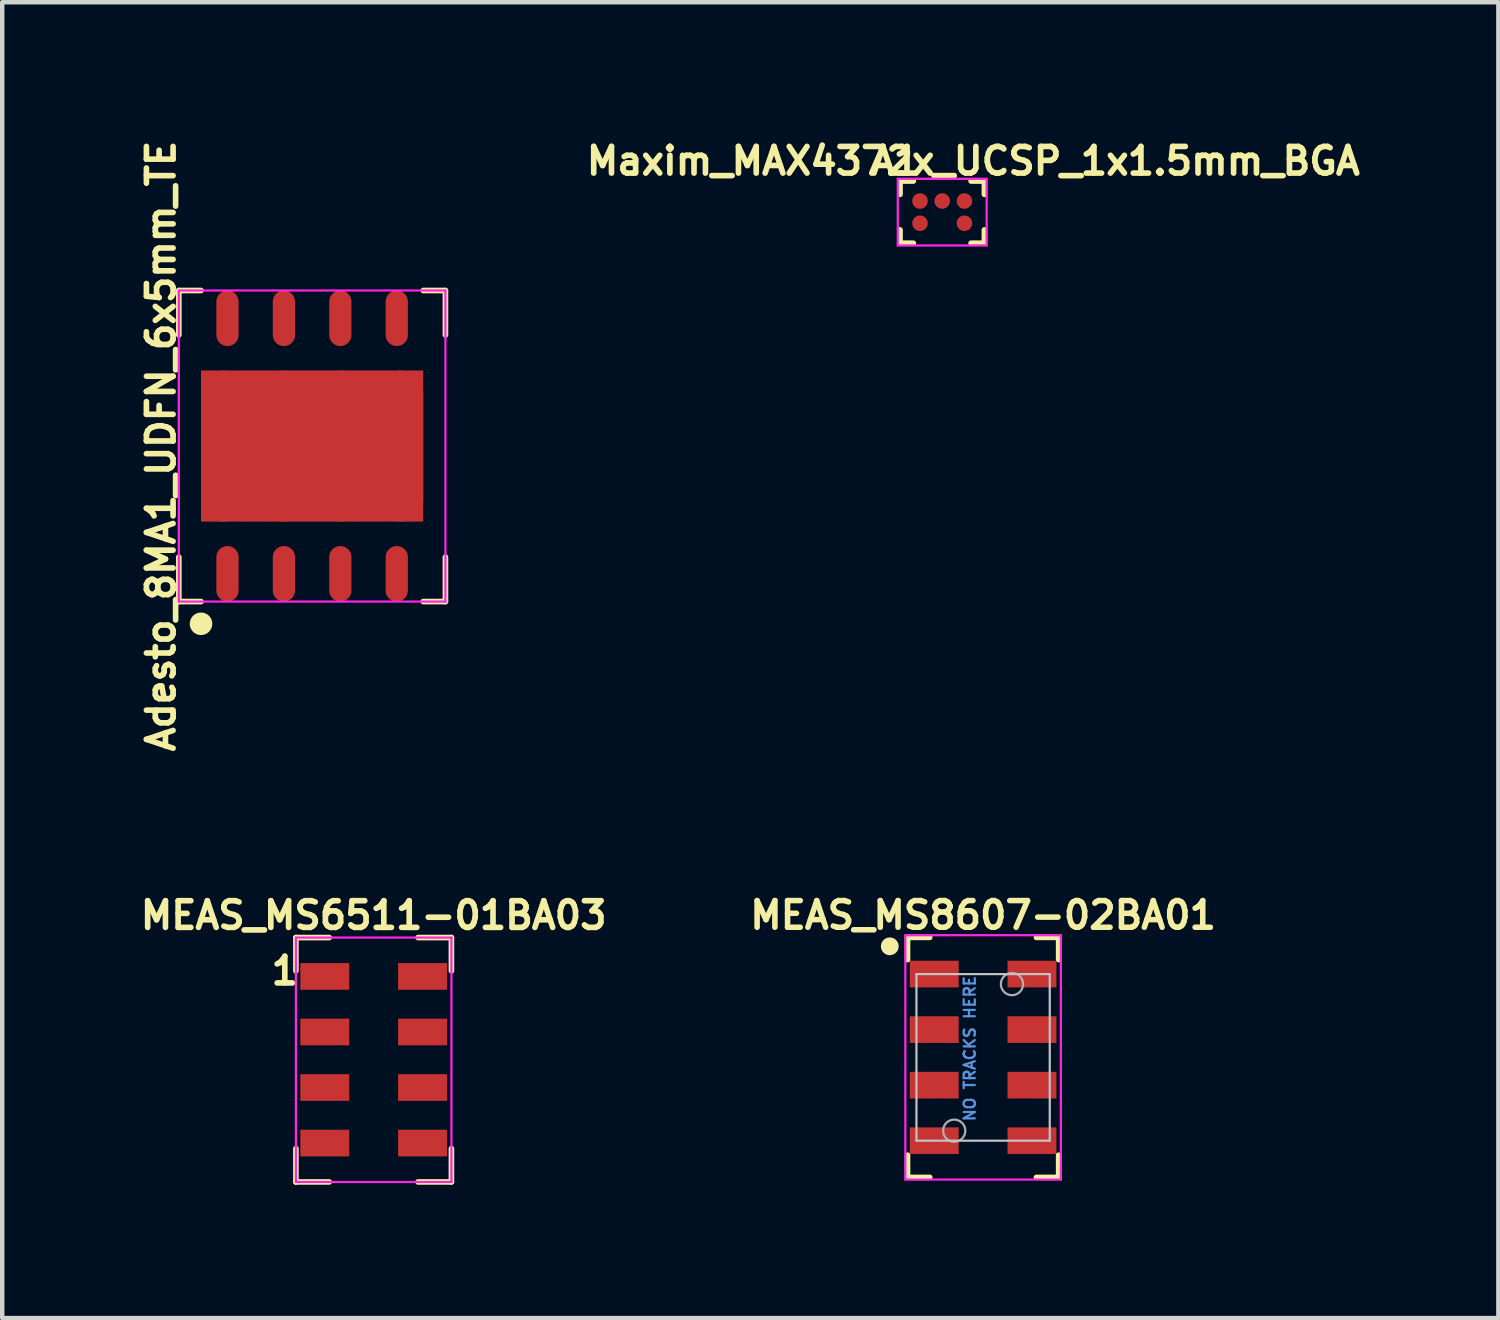
<source format=kicad_pcb>
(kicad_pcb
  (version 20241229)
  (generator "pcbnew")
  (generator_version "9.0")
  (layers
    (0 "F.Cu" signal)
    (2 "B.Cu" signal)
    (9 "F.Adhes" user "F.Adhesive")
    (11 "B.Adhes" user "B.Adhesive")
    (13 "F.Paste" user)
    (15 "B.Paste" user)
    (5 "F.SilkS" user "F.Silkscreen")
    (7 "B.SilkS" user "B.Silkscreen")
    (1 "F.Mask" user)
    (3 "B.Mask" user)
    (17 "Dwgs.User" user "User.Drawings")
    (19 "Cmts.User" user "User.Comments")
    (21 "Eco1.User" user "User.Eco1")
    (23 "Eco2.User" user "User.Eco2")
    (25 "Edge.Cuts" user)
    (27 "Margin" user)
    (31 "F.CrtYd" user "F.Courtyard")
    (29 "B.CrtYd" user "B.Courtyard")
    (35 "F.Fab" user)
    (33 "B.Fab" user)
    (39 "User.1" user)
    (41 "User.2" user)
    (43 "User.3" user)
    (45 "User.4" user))
  (footprint "MEAS_MS6511-01BA03"
    (layer "F.Cu")
    (at 5.359 20.799)
    (property "Reference" "MEAS_MS6511-01BA03" (at 0 -3.25 0) (layer "F.SilkS") (effects (font (size 0.6 0.6) (thickness 0.127))))
    (attr smd)
    (fp_line (start -1.75 -2.75) (end -1 -2.75) (stroke (width 0.127) (type solid)) (layer "F.SilkS"))
    (fp_line (start -1.75 -2) (end -1.75 -2.75) (stroke (width 0.127) (type solid)) (layer "F.SilkS"))
    (fp_line (start -1.75 2) (end -1.75 2.75) (stroke (width 0.127) (type solid)) (layer "F.SilkS"))
    (fp_line (start -1.75 2.75) (end -1 2.75) (stroke (width 0.127) (type solid)) (layer "F.SilkS"))
    (fp_line (start 1.75 -2.75) (end 1 -2.75) (stroke (width 0.127) (type solid)) (layer "F.SilkS"))
    (fp_line (start 1.75 -2) (end 1.75 -2.75) (stroke (width 0.127) (type solid)) (layer "F.SilkS"))
    (fp_line (start 1.75 2) (end 1.75 2.75) (stroke (width 0.127) (type solid)) (layer "F.SilkS"))
    (fp_line (start 1.75 2.75) (end 1 2.75) (stroke (width 0.127) (type solid)) (layer "F.SilkS"))
    (fp_line (start -1.75 -2.75) (end 1.75 -2.75) (stroke (width 0.05) (type solid)) (layer "F.CrtYd"))
    (fp_line (start -1.75 2.75) (end -1.75 -2.75) (stroke (width 0.05) (type solid)) (layer "F.CrtYd"))
    (fp_line (start 1.75 -2.75) (end 1.75 2.75) (stroke (width 0.05) (type solid)) (layer "F.CrtYd"))
    (fp_line (start 1.75 2.75) (end -1.75 2.75) (stroke (width 0.05) (type solid)) (layer "F.CrtYd"))
    (fp_text user "1" (at -2 -2 0) (layer "F.SilkS") (effects (font (size 0.6 0.6) (thickness 0.127))))
    (pad "1" smd rect (at -1.1 -1.875) (size 1.1 0.6) (layers "F.Cu" "F.Mask" "F.Paste"))
    (pad "2" smd rect (at -1.1 -0.625) (size 1.1 0.6) (layers "F.Cu" "F.Mask" "F.Paste"))
    (pad "3" smd rect (at -1.1 0.625) (size 1.1 0.6) (layers "F.Cu" "F.Mask" "F.Paste"))
    (pad "4" smd rect (at -1.1 1.875) (size 1.1 0.6) (layers "F.Cu" "F.Mask" "F.Paste"))
    (pad "5" smd rect (at 1.1 1.875) (size 1.1 0.6) (layers "F.Cu" "F.Mask" "F.Paste"))
    (pad "6" smd rect (at 1.1 0.625) (size 1.1 0.6) (layers "F.Cu" "F.Mask" "F.Paste"))
    (pad "7" smd rect (at 1.1 -0.625) (size 1.1 0.6) (layers "F.Cu" "F.Mask" "F.Paste"))
    (pad "8" smd rect (at 1.1 -1.875) (size 1.1 0.6) (layers "F.Cu" "F.Mask" "F.Paste")))
  (footprint "Maxim_MAX4372x_UCSP_1x1.5mm_BGA"
    (layer "F.Cu")
    (at 18.154 1.724)
    (property "Reference" "Maxim_MAX4372x_UCSP_1x1.5mm_BGA" (at 0.7 -1.15 0) (layer "F.SilkS") (effects (font (size 0.6 0.6) (thickness 0.127))))
    (attr smd)
    (fp_line (start -0.95 -0.7) (end -0.65 -0.7) (stroke (width 0.127) (type solid)) (layer "F.SilkS"))
    (fp_line (start -0.95 -0.4) (end -0.95 -0.7) (stroke (width 0.127) (type solid)) (layer "F.SilkS"))
    (fp_line (start -0.95 0.7) (end -0.95 0.4) (stroke (width 0.127) (type solid)) (layer "F.SilkS"))
    (fp_line (start -0.95 0.7) (end -0.65 0.7) (stroke (width 0.127) (type solid)) (layer "F.SilkS"))
    (fp_line (start 0.95 -0.7) (end 0.65 -0.7) (stroke (width 0.127) (type solid)) (layer "F.SilkS"))
    (fp_line (start 0.95 -0.4) (end 0.95 -0.7) (stroke (width 0.127) (type solid)) (layer "F.SilkS"))
    (fp_line (start 0.95 0.4) (end 0.95 0.7) (stroke (width 0.127) (type solid)) (layer "F.SilkS"))
    (fp_line (start 0.95 0.7) (end 0.65 0.7) (stroke (width 0.127) (type solid)) (layer "F.SilkS"))
    (fp_line (start -1 -0.75) (end -1 0.75) (stroke (width 0.05) (type solid)) (layer "F.CrtYd"))
    (fp_line (start -1 -0.75) (end 1 -0.75) (stroke (width 0.05) (type solid)) (layer "F.CrtYd"))
    (fp_line (start -1 0.75) (end 1 0.75) (stroke (width 0.05) (type solid)) (layer "F.CrtYd"))
    (fp_line (start 1 0.75) (end 1 -0.75) (stroke (width 0.05) (type solid)) (layer "F.CrtYd"))
    (fp_text user "A1" (at -1.05 -1.15 0) (layer "F.SilkS") (effects (font (size 0.6 0.6) (thickness 0.127))))
    (pad "A1" smd circle (at -0.5 -0.25) (size 0.35 0.35) (layers "F.Cu" "F.Mask" "F.Paste"))
    (pad "A2" smd circle (at 0 -0.25) (size 0.35 0.35) (layers "F.Cu" "F.Mask" "F.Paste"))
    (pad "A3" smd circle (at 0.5 -0.25) (size 0.35 0.35) (layers "F.Cu" "F.Mask" "F.Paste"))
    (pad "B1" smd circle (at -0.5 0.25) (size 0.35 0.35) (layers "F.Cu" "F.Mask" "F.Paste"))
    (pad "B3" smd circle (at 0.5 0.25) (size 0.35 0.35) (layers "F.Cu" "F.Mask" "F.Paste")))
  (footprint "Adesto_8MA1_UDFN_6x5mm_TE"
    (layer "F.Cu")
    (at 3.974 6.988)
    (property "Reference" "Adesto_8MA1_UDFN_6x5mm_TE" (at -3.4 0 90) (layer "F.SilkS") (effects (font (size 0.6 0.6) (thickness 0.127))))
    (attr smd)
    (fp_line (start -3 -3.5) (end -3 -2.5) (stroke (width 0.127) (type solid)) (layer "F.SilkS"))
    (fp_line (start -3 -3.5) (end -2.5 -3.5) (stroke (width 0.127) (type solid)) (layer "F.SilkS"))
    (fp_line (start -3 3.5) (end -3 2.5) (stroke (width 0.127) (type solid)) (layer "F.SilkS"))
    (fp_line (start -2.5 3.5) (end -3 3.5) (stroke (width 0.127) (type solid)) (layer "F.SilkS"))
    (fp_line (start 2.5 -3.5) (end 3 -3.5) (stroke (width 0.127) (type solid)) (layer "F.SilkS"))
    (fp_line (start 2.5 3.5) (end 3 3.5) (stroke (width 0.127) (type solid)) (layer "F.SilkS"))
    (fp_line (start 3 -3.5) (end 3 -2.5) (stroke (width 0.127) (type solid)) (layer "F.SilkS"))
    (fp_line (start 3 3.5) (end 3 2.5) (stroke (width 0.127) (type solid)) (layer "F.SilkS"))
    (fp_circle (center -2.5 4) (end -2.627 4) (stroke (width 0.254) (type solid)) (fill no) (layer "F.SilkS"))
    (fp_line (start -3 -3.5) (end -3 3.5) (stroke (width 0.05) (type solid)) (layer "F.CrtYd"))
    (fp_line (start -3 3.5) (end 3 3.5) (stroke (width 0.05) (type solid)) (layer "F.CrtYd"))
    (fp_line (start 3 -3.5) (end -3 -3.5) (stroke (width 0.05) (type solid)) (layer "F.CrtYd"))
    (fp_line (start 3 3.5) (end 3 -3.5) (stroke (width 0.05) (type solid)) (layer "F.CrtYd"))
    (pad "1" smd oval (at -1.905 2.875) (size 0.5 1.25) (layers "F.Cu" "F.Mask" "F.Paste"))
    (pad "2" smd oval (at -0.635 2.875) (size 0.5 1.25) (layers "F.Cu" "F.Mask" "F.Paste"))
    (pad "3" smd oval (at 0.635 2.875) (size 0.5 1.25) (layers "F.Cu" "F.Mask" "F.Paste"))
    (pad "4" smd oval (at 1.905 2.875) (size 0.5 1.25) (layers "F.Cu" "F.Mask" "F.Paste"))
    (pad "5" smd oval (at 1.905 -2.875) (size 0.5 1.25) (layers "F.Cu" "F.Mask" "F.Paste"))
    (pad "6" smd oval (at 0.635 -2.875) (size 0.5 1.25) (layers "F.Cu" "F.Mask" "F.Paste"))
    (pad "7" smd oval (at -0.635 -2.875) (size 0.5 1.25) (layers "F.Cu" "F.Mask" "F.Paste"))
    (pad "8" smd oval (at -1.905 -2.875) (size 0.5 1.25) (layers "F.Cu" "F.Mask" "F.Paste"))
    (pad "9" smd oval (at -2 0) (size 1 3.4) (layers "F.Cu" "F.Mask" "F.Paste"))
    (pad "9" smd oval (at -0.667 0) (size 1 3.4) (layers "F.Cu" "F.Mask" "F.Paste"))
    (pad "9" smd rect (at 0 0) (size 5 3.4) (layers "F.Cu" "F.Mask"))
    (pad "9" smd oval (at 0.667 0) (size 1 3.4) (layers "F.Cu" "F.Mask" "F.Paste"))
    (pad "9" smd oval (at 2 0) (size 1 3.4) (layers "F.Cu" "F.Mask" "F.Paste")))
  (footprint "MEAS_MS8607-02BA01"
    (layer "F.Cu")
    (at 19.074 20.746)
    (property "Reference" "MEAS_MS8607-02BA01" (at 0 -3.2 0) (layer "F.SilkS") (effects (font (size 0.6 0.6) (thickness 0.125))))
    (attr smd)
    (fp_line (start -1.7 -2.7) (end -1.7 -2.2) (stroke (width 0.125) (type solid)) (layer "F.SilkS"))
    (fp_line (start -1.7 -2.7) (end -1.2 -2.7) (stroke (width 0.125) (type solid)) (layer "F.SilkS"))
    (fp_line (start -1.7 2.7) (end -1.7 2.2) (stroke (width 0.125) (type solid)) (layer "F.SilkS"))
    (fp_line (start -1.7 2.7) (end -1.2 2.7) (stroke (width 0.125) (type solid)) (layer "F.SilkS"))
    (fp_line (start 1.7 -2.7) (end 1.2 -2.7) (stroke (width 0.125) (type solid)) (layer "F.SilkS"))
    (fp_line (start 1.7 -2.7) (end 1.7 -2.2) (stroke (width 0.125) (type solid)) (layer "F.SilkS"))
    (fp_line (start 1.7 2.7) (end 1.2 2.7) (stroke (width 0.125) (type solid)) (layer "F.SilkS"))
    (fp_line (start 1.7 2.7) (end 1.7 2.2) (stroke (width 0.125) (type solid)) (layer "F.SilkS"))
    (fp_circle (center -2.1 -2.5) (end -2.2 -2.5) (stroke (width 0.2) (type solid)) (fill no) (layer "F.SilkS"))
    (fp_line (start -1.5 -1.875) (end -1.5 1.875) (stroke (width 0.05) (type solid)) (layer "Dwgs.User"))
    (fp_line (start -1.5 1.875) (end 1.5 1.875) (stroke (width 0.05) (type solid)) (layer "Dwgs.User"))
    (fp_line (start 1.5 -1.875) (end -1.5 -1.875) (stroke (width 0.05) (type solid)) (layer "Dwgs.User"))
    (fp_line (start 1.5 1.875) (end 1.5 -1.875) (stroke (width 0.05) (type solid)) (layer "Dwgs.User"))
    (fp_line (start -1.75 -2.75) (end 1.75 -2.75) (stroke (width 0.05) (type solid)) (layer "F.CrtYd"))
    (fp_line (start -1.75 2.75) (end -1.75 -2.75) (stroke (width 0.05) (type solid)) (layer "F.CrtYd"))
    (fp_line (start 1.75 -2.75) (end 1.75 2.75) (stroke (width 0.05) (type solid)) (layer "F.CrtYd"))
    (fp_line (start 1.75 2.75) (end -1.75 2.75) (stroke (width 0.05) (type solid)) (layer "F.CrtYd"))
    (fp_circle (center -0.65 1.65) (end -0.65 1.9) (stroke (width 0.05) (type solid)) (fill no) (layer "F.Fab"))
    (fp_circle (center 0.65 -1.65) (end 0.65 -1.9) (stroke (width 0.05) (type solid)) (fill no) (layer "F.Fab"))
    (fp_text user "NO TRACKS HERE" (at -0.3 -0.2 90) (layer "Cmts.User") (effects (font (size 0.25 0.25) (thickness 0.05))))
    (pad "1" smd rect (at -1.1 -1.875) (size 1.1 0.6) (layers "F.Cu" "F.Mask" "F.Paste"))
    (pad "2" smd rect (at -1.1 -0.625) (size 1.1 0.6) (layers "F.Cu" "F.Mask" "F.Paste"))
    (pad "3" smd rect (at -1.1 0.625) (size 1.1 0.6) (layers "F.Cu" "F.Mask" "F.Paste"))
    (pad "4" smd rect (at -1.1 1.875) (size 1.1 0.6) (layers "F.Cu" "F.Mask" "F.Paste"))
    (pad "5" smd rect (at 1.1 1.875) (size 1.1 0.6) (layers "F.Cu" "F.Mask" "F.Paste"))
    (pad "6" smd rect (at 1.1 0.625) (size 1.1 0.6) (layers "F.Cu" "F.Mask" "F.Paste"))
    (pad "7" smd rect (at 1.1 -0.625) (size 1.1 0.6) (layers "F.Cu" "F.Mask" "F.Paste"))
    (pad "8" smd rect (at 1.1 -1.875) (size 1.1 0.6) (layers "F.Cu" "F.Mask" "F.Paste")))
  (gr_rect
    (start -3 -3)
    (end 30.67 26.613)
    (stroke (width 0.1) (type default))
    (fill no)
    (layer "Edge.Cuts")))
</source>
